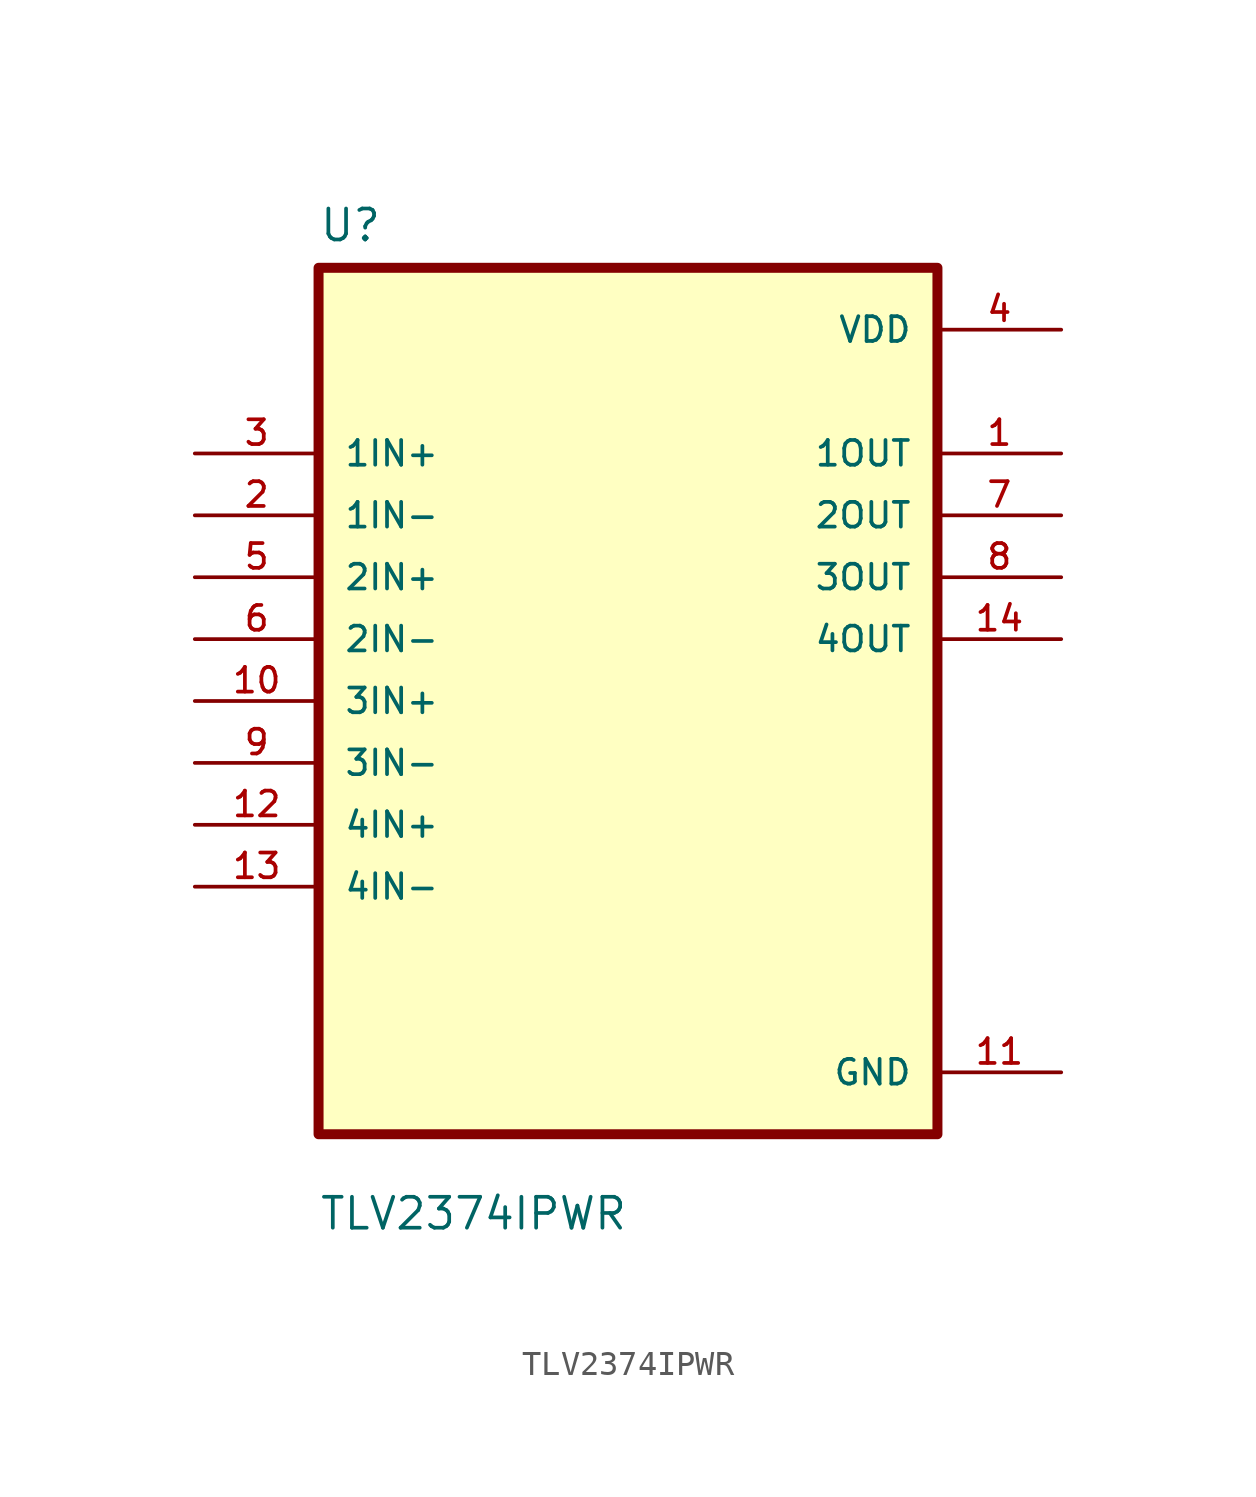
<source format=kicad_sym>
(kicad_symbol_lib
  (version 20211014)
  (generator kicad_symbol_editor)
  (symbol "TLV2374IPWR"
    (pin_names
      (offset 1.016))
    (property "Reference" "U"
      (at -12.7 18.78 0.0)
      (effects (font (size 1.27 1.27)) (justify bottom left)))
    (property "Value" "TLV2374IPWR"
      (at -12.7 -21.78 0.0)
      (effects (font (size 1.27 1.27)) (justify bottom left)))
    (symbol "TLV2374IPWR_0_0"
      (rectangle (start -12.7 -17.78) (end 12.7 17.78) (stroke (width 0.41)) (fill (type background)))
      (pin input line (at -17.78 10.16 0) (length 5.08) (name "1IN+" (effects (font (size 1.016 1.016)))) (number "3" (effects (font (size 1.016 1.016)))))
      (pin input line (at -17.78 7.62 0) (length 5.08) (name "1IN-" (effects (font (size 1.016 1.016)))) (number "2" (effects (font (size 1.016 1.016)))))
      (pin input line (at -17.78 5.08 0) (length 5.08) (name "2IN+" (effects (font (size 1.016 1.016)))) (number "5" (effects (font (size 1.016 1.016)))))
      (pin input line (at -17.78 2.54 0) (length 5.08) (name "2IN-" (effects (font (size 1.016 1.016)))) (number "6" (effects (font (size 1.016 1.016)))))
      (pin input line (at -17.78 0.0 0) (length 5.08) (name "3IN+" (effects (font (size 1.016 1.016)))) (number "10" (effects (font (size 1.016 1.016)))))
      (pin input line (at -17.78 -2.54 0) (length 5.08) (name "3IN-" (effects (font (size 1.016 1.016)))) (number "9" (effects (font (size 1.016 1.016)))))
      (pin input line (at -17.78 -5.08 0) (length 5.08) (name "4IN+" (effects (font (size 1.016 1.016)))) (number "12" (effects (font (size 1.016 1.016)))))
      (pin input line (at -17.78 -7.62 0) (length 5.08) (name "4IN-" (effects (font (size 1.016 1.016)))) (number "13" (effects (font (size 1.016 1.016)))))
      (pin power_in line (at 17.78 15.24 180.0) (length 5.08) (name "VDD" (effects (font (size 1.016 1.016)))) (number "4" (effects (font (size 1.016 1.016)))))
      (pin output line (at 17.78 10.16 180.0) (length 5.08) (name "1OUT" (effects (font (size 1.016 1.016)))) (number "1" (effects (font (size 1.016 1.016)))))
      (pin output line (at 17.78 7.62 180.0) (length 5.08) (name "2OUT" (effects (font (size 1.016 1.016)))) (number "7" (effects (font (size 1.016 1.016)))))
      (pin output line (at 17.78 5.08 180.0) (length 5.08) (name "3OUT" (effects (font (size 1.016 1.016)))) (number "8" (effects (font (size 1.016 1.016)))))
      (pin output line (at 17.78 2.54 180.0) (length 5.08) (name "4OUT" (effects (font (size 1.016 1.016)))) (number "14" (effects (font (size 1.016 1.016)))))
      (pin power_in line (at 17.78 -15.24 180.0) (length 5.08) (name "GND" (effects (font (size 1.016 1.016)))) (number "11" (effects (font (size 1.016 1.016))))))))
</source>
